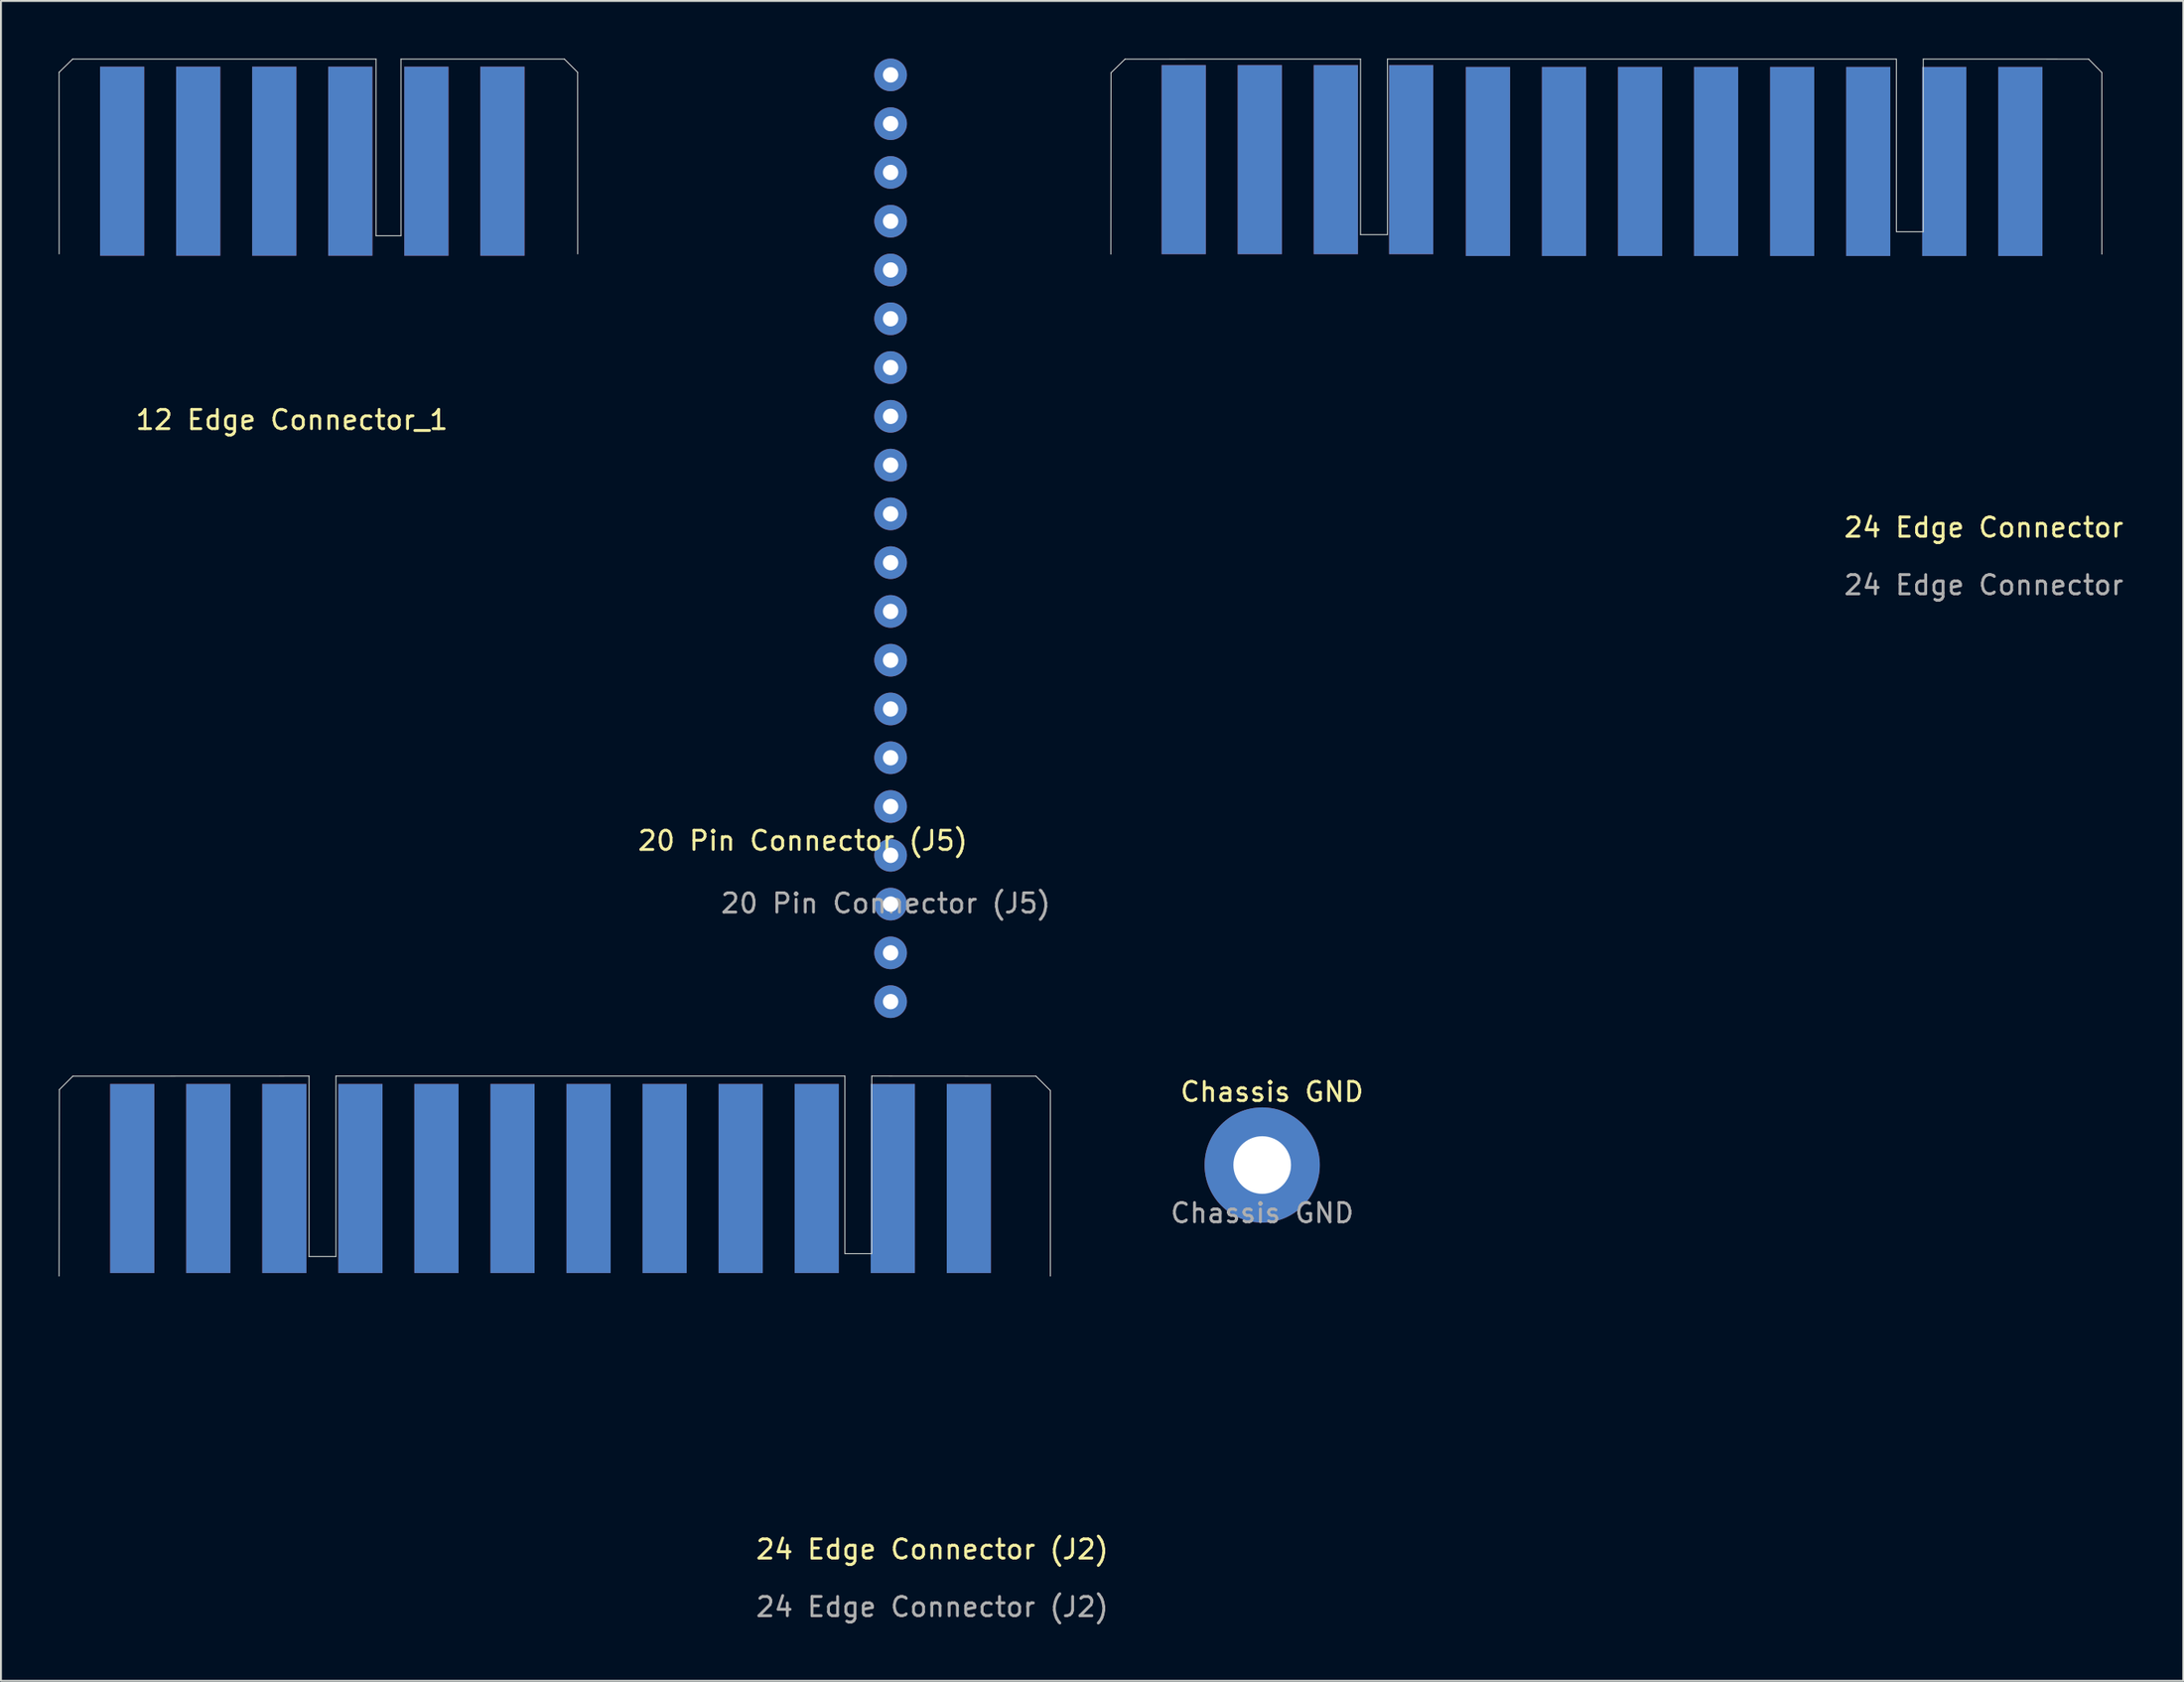
<source format=kicad_pcb>
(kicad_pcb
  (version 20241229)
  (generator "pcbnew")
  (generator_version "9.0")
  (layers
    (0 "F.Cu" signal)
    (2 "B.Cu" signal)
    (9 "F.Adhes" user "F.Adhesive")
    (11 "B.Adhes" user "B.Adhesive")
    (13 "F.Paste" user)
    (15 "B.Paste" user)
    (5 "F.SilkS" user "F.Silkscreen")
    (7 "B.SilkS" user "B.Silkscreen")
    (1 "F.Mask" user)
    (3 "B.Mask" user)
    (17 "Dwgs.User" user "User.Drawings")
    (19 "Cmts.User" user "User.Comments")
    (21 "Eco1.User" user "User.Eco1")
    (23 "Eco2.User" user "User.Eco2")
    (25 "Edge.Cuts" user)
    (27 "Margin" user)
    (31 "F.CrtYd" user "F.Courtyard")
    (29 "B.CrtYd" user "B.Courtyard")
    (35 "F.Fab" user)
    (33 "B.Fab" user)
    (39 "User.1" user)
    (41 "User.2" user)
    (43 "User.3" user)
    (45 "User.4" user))
  (footprint "Chassis GND"
    (layer "F.Cu")
    (at 62.67 57.618)
    (property "Reference" "Chassis GND" (at 0.508 -3.81 0) (unlocked yes) (layer "F.SilkS") (effects (font (size 1 1) (thickness 0.15))))
    (attr smd)
    (fp_text user "${REFERENCE}" (at 0 2.5 0) (unlocked yes) (layer "F.Fab") (effects (font (size 1 1) (thickness 0.15))))
    (pad "1" thru_hole circle (at 0 0) (size 6 6) (drill 3) (layers "*.Cu" "*.Mask")))
  (footprint "12 Edge Connector_1"
    (layer "F.Cu")
    (at 12.145 19.315)
    (property "Reference" "12 Edge Connector_1" (at 0 -0.5 0) (unlocked yes) (layer "F.SilkS") (effects (font (size 1 1) (thickness 0.15))))
    (attr smd)
    (fp_line (start -12.116 -9.144) (end -12.12 -18.6) (stroke (width 0.05) (type default)) (layer "Edge.Cuts"))
    (fp_line (start -11.41 -19.29) (end -12.12 -18.6) (stroke (width 0.05) (type default)) (layer "Edge.Cuts"))
    (fp_line (start 4.384 -19.29) (end -11.41 -19.29) (stroke (width 0.05) (type default)) (layer "Edge.Cuts"))
    (fp_line (start 4.384 -10.089) (end 4.384 -19.29) (stroke (width 0.05) (type default)) (layer "Edge.Cuts"))
    (fp_line (start 4.384 -10.089) (end 5.684 -10.089) (stroke (width 0.05) (type default)) (layer "Edge.Cuts"))
    (fp_line (start 5.684 -10.089) (end 5.684 -19.29) (stroke (width 0.05) (type default)) (layer "Edge.Cuts"))
    (fp_line (start 14.19 -19.29) (end 5.684 -19.29) (stroke (width 0.05) (type default)) (layer "Edge.Cuts"))
    (fp_line (start 14.19 -19.29) (end 14.88 -18.6) (stroke (width 0.05) (type default)) (layer "Edge.Cuts"))
    (fp_line (start 14.884 -9.144) (end 14.88 -18.6) (stroke (width 0.05) (type default)) (layer "Edge.Cuts"))
    (pad "1" connect rect (at 10.966 -13.97 180) (size 2.3 9.842) (layers "F.Cu" "F.Mask"))
    (pad "2" connect rect (at 7.006 -13.97 180) (size 2.3 9.842) (layers "F.Cu" "F.Mask"))
    (pad "3" connect rect (at 3.046 -13.97 180) (size 2.3 9.842) (layers "F.Cu" "F.Mask"))
    (pad "4" connect rect (at -0.914 -13.97 180) (size 2.3 9.842) (layers "F.Cu" "F.Mask"))
    (pad "5" connect rect (at -4.874 -13.97 180) (size 2.3 9.842) (layers "F.Cu" "F.Mask"))
    (pad "6" connect rect (at -8.834 -13.97 180) (size 2.3 9.842) (layers "F.Cu" "F.Mask"))
    (pad "A" connect rect (at 10.966 -13.97 180) (size 2.3 9.842) (layers "B.Cu" "B.Mask"))
    (pad "B" connect rect (at 7.006 -13.97 180) (size 2.3 9.842) (layers "B.Cu" "B.Mask"))
    (pad "C" connect rect (at 3.046 -13.97 180) (size 2.3 9.842) (layers "B.Cu" "B.Mask"))
    (pad "D" connect rect (at -0.914 -13.97 180) (size 2.3 9.842) (layers "B.Cu" "B.Mask"))
    (pad "E" connect rect (at -4.874 -13.97 180) (size 2.3 9.842) (layers "B.Cu" "B.Mask"))
    (pad "F" connect rect (at -8.834 -13.97 180) (size 2.3 9.842) (layers "B.Cu" "B.Mask")))
  (footprint "20 Pin Connector (J5)"
    (layer "F.Cu")
    (at 43.068 41.49)
    (property "Reference" "20 Pin Connector (J5)" (at -4.318 -0.762 0) (unlocked yes) (layer "F.SilkS") (effects (font (size 1 1) (thickness 0.15))))
    (attr smd)
    (fp_text user "${REFERENCE}" (at 0 2.5 0) (unlocked yes) (layer "F.Fab") (effects (font (size 1 1) (thickness 0.15))))
    (pad "1" thru_hole circle (at 0.254 -20.32 90) (size 1.7 1.7) (drill 0.8) (layers "*.Cu" "*.Mask"))
    (pad "2" thru_hole circle (at 0.254 -17.78 90) (size 1.7 1.7) (drill 0.8) (layers "*.Cu" "*.Mask"))
    (pad "3" thru_hole circle (at 0.254 -15.24 90) (size 1.7 1.7) (drill 0.8) (layers "*.Cu" "*.Mask"))
    (pad "4" thru_hole circle (at 0.254 -12.7 90) (size 1.7 1.7) (drill 0.8) (layers "*.Cu" "*.Mask"))
    (pad "5" thru_hole circle (at 0.254 -10.16 90) (size 1.7 1.7) (drill 0.8) (layers "*.Cu" "*.Mask"))
    (pad "6" thru_hole circle (at 0.254 -7.62 90) (size 1.7 1.7) (drill 0.8) (layers "*.Cu" "*.Mask"))
    (pad "7" thru_hole circle (at 0.254 -5.08 90) (size 1.7 1.7) (drill 0.8) (layers "*.Cu" "*.Mask"))
    (pad "8" thru_hole circle (at 0.254 -2.54 90) (size 1.7 1.7) (drill 0.8) (layers "*.Cu" "*.Mask"))
    (pad "9" thru_hole circle (at 0.254 0 90) (size 1.7 1.7) (drill 0.8) (layers "*.Cu" "*.Mask"))
    (pad "10" thru_hole circle (at 0.254 2.54 90) (size 1.7 1.7) (drill 0.8) (layers "*.Cu" "*.Mask"))
    (pad "11" thru_hole circle (at 0.254 5.08 90) (size 1.7 1.7) (drill 0.8) (layers "*.Cu" "*.Mask"))
    (pad "12" thru_hole circle (at 0.254 7.62 90) (size 1.7 1.7) (drill 0.8) (layers "*.Cu" "*.Mask"))
    (pad "A" thru_hole circle (at 0.254 -40.64 90) (size 1.7 1.7) (drill 0.8) (layers "*.Cu" "*.Mask"))
    (pad "B" thru_hole circle (at 0.254 -38.1 90) (size 1.7 1.7) (drill 0.8) (layers "*.Cu" "*.Mask"))
    (pad "C" thru_hole circle (at 0.254 -35.56 90) (size 1.7 1.7) (drill 0.8) (layers "*.Cu" "*.Mask"))
    (pad "D" thru_hole circle (at 0.254 -33.02 90) (size 1.7 1.7) (drill 0.8) (layers "*.Cu" "*.Mask"))
    (pad "E" thru_hole circle (at 0.254 -30.48 90) (size 1.7 1.7) (drill 0.8) (layers "*.Cu" "*.Mask"))
    (pad "F" thru_hole circle (at 0.254 -27.94 90) (size 1.7 1.7) (drill 0.8) (layers "*.Cu" "*.Mask"))
    (pad "H" thru_hole circle (at 0.254 -25.4 90) (size 1.7 1.7) (drill 0.8) (layers "*.Cu" "*.Mask"))
    (pad "J" thru_hole circle (at 0.254 -22.86 90) (size 1.7 1.7) (drill 0.8) (layers "*.Cu" "*.Mask")))
  (footprint "24 Edge Connector (J2)"
    (layer "F.Cu")
    (at 45.491 78.131)
    (property "Reference" "24 Edge Connector (J2)" (at 0 -0.5 0) (unlocked yes) (layer "F.SilkS") (effects (font (size 1 1) (thickness 0.15))))
    (attr smd)
    (fp_line (start -45.45 -24.44) (end -45.466 -14.732) (stroke (width 0.05) (type default)) (layer "Edge.Cuts"))
    (fp_line (start -44.75 -25.14) (end -45.45 -24.44) (stroke (width 0.05) (type default)) (layer "Edge.Cuts"))
    (fp_line (start -32.45 -25.146) (end -44.75 -25.14) (stroke (width 0.05) (type default)) (layer "Edge.Cuts"))
    (fp_line (start -32.45 -15.748) (end -32.45 -25.146) (stroke (width 0.05) (type default)) (layer "Edge.Cuts"))
    (fp_line (start -31.05 -25.146) (end -31.05 -15.748) (stroke (width 0.05) (type default)) (layer "Edge.Cuts"))
    (fp_line (start -31.05 -15.748) (end -32.45 -15.748) (stroke (width 0.05) (type default)) (layer "Edge.Cuts"))
    (fp_line (start -4.55 -25.146) (end -31.05 -25.146) (stroke (width 0.05) (type default)) (layer "Edge.Cuts"))
    (fp_line (start -4.55 -15.9) (end -4.55 -25.146) (stroke (width 0.05) (type default)) (layer "Edge.Cuts"))
    (fp_line (start -3.15 -15.9) (end -4.55 -15.9) (stroke (width 0.05) (type default)) (layer "Edge.Cuts"))
    (fp_line (start -3.15 -15.9) (end -3.15 -25.146) (stroke (width 0.05) (type default)) (layer "Edge.Cuts"))
    (fp_line (start 5.4 -25.14) (end -3.15 -25.146) (stroke (width 0.05) (type default)) (layer "Edge.Cuts"))
    (fp_line (start 5.4 -25.14) (end 6.15 -24.39) (stroke (width 0.05) (type default)) (layer "Edge.Cuts"))
    (fp_line (start 6.15 -14.732) (end 6.15 -24.39) (stroke (width 0.05) (type default)) (layer "Edge.Cuts"))
    (fp_text user "${REFERENCE}" (at 0 2.5 0) (unlocked yes) (layer "F.Fab") (effects (font (size 1 1) (thickness 0.15))))
    (pad "1" connect rect (at 1.904 -19.812 180) (size 2.3 9.842) (layers "F.Cu" "F.Mask"))
    (pad "2" connect rect (at -2.056 -19.812 180) (size 2.3 9.842) (layers "F.Cu" "F.Mask"))
    (pad "3" connect rect (at -6.016 -19.812 180) (size 2.3 9.842) (layers "F.Cu" "F.Mask"))
    (pad "4" connect rect (at -9.976 -19.812 180) (size 2.3 9.842) (layers "F.Cu" "F.Mask"))
    (pad "5" connect rect (at -13.936 -19.812 180) (size 2.3 9.842) (layers "F.Cu" "F.Mask"))
    (pad "6" connect rect (at -17.896 -19.812 180) (size 2.3 9.842) (layers "F.Cu" "F.Mask"))
    (pad "7" connect rect (at -21.856 -19.812 180) (size 2.3 9.842) (layers "F.Cu" "F.Mask"))
    (pad "8" connect rect (at -25.816 -19.812 180) (size 2.3 9.842) (layers "F.Cu" "F.Mask"))
    (pad "9" connect rect (at -29.776 -19.812 180) (size 2.3 9.842) (layers "F.Cu" "F.Mask"))
    (pad "10" connect rect (at -33.736 -19.812 180) (size 2.3 9.842) (layers "F.Cu" "F.Mask"))
    (pad "11" connect rect (at -37.696 -19.812 180) (size 2.3 9.842) (layers "F.Cu" "F.Mask"))
    (pad "12" connect rect (at -41.656 -19.812 180) (size 2.3 9.842) (layers "F.Cu" "F.Mask"))
    (pad "A" connect rect (at 1.904 -19.812 180) (size 2.3 9.842) (layers "B.Cu" "B.Mask"))
    (pad "B" connect rect (at -2.056 -19.812 180) (size 2.3 9.842) (layers "B.Cu" "B.Mask"))
    (pad "C" connect rect (at -6.016 -19.812 180) (size 2.3 9.842) (layers "B.Cu" "B.Mask"))
    (pad "D" connect rect (at -9.976 -19.812 180) (size 2.3 9.842) (layers "B.Cu" "B.Mask"))
    (pad "E" connect rect (at -13.936 -19.812 180) (size 2.3 9.842) (layers "B.Cu" "B.Mask"))
    (pad "F" connect rect (at -17.896 -19.812 180) (size 2.3 9.842) (layers "B.Cu" "B.Mask"))
    (pad "H" connect rect (at -21.856 -19.812 180) (size 2.3 9.842) (layers "B.Cu" "B.Mask"))
    (pad "J" connect rect (at -25.816 -19.812 180) (size 2.3 9.842) (layers "B.Cu" "B.Mask"))
    (pad "K" connect rect (at -29.776 -19.812 180) (size 2.3 9.842) (layers "B.Cu" "B.Mask"))
    (pad "L" connect rect (at -33.736 -19.812 180) (size 2.3 9.842) (layers "B.Cu" "B.Mask"))
    (pad "M" connect rect (at -37.696 -19.812 180) (size 2.3 9.842) (layers "B.Cu" "B.Mask"))
    (pad "N" connect rect (at -41.656 -19.812 180) (size 2.3 9.842) (layers "B.Cu" "B.Mask")))
  (footprint "24 Edge Connector"
    (layer "F.Cu")
    (at 100.24 24.917)
    (property "Reference" "24 Edge Connector" (at 0 -0.5 0) (unlocked yes) (layer "F.SilkS") (effects (font (size 1 1) (thickness 0.15))))
    (attr smd)
    (fp_line (start -45.44 -24.18) (end -45.45 -14.732) (stroke (width 0.05) (type default)) (layer "Edge.Cuts"))
    (fp_line (start -44.71 -24.89) (end -45.44 -24.18) (stroke (width 0.05) (type default)) (layer "Edge.Cuts"))
    (fp_line (start -32.45 -24.892) (end -44.71 -24.89) (stroke (width 0.05) (type default)) (layer "Edge.Cuts"))
    (fp_line (start -32.45 -15.748) (end -32.45 -24.892) (stroke (width 0.05) (type default)) (layer "Edge.Cuts"))
    (fp_line (start -31.05 -24.892) (end -31.05 -15.748) (stroke (width 0.05) (type default)) (layer "Edge.Cuts"))
    (fp_line (start -31.05 -15.748) (end -32.45 -15.748) (stroke (width 0.05) (type default)) (layer "Edge.Cuts"))
    (fp_line (start -4.55 -24.892) (end -31.05 -24.892) (stroke (width 0.05) (type default)) (layer "Edge.Cuts"))
    (fp_line (start -4.55 -15.9) (end -4.55 -24.892) (stroke (width 0.05) (type default)) (layer "Edge.Cuts"))
    (fp_line (start -3.15 -15.9) (end -4.55 -15.9) (stroke (width 0.05) (type default)) (layer "Edge.Cuts"))
    (fp_line (start -3.15 -15.9) (end -3.15 -24.892) (stroke (width 0.05) (type default)) (layer "Edge.Cuts"))
    (fp_line (start 5.46 -24.89) (end -3.15 -24.892) (stroke (width 0.05) (type default)) (layer "Edge.Cuts"))
    (fp_line (start 5.46 -24.89) (end 6.15 -24.19) (stroke (width 0.05) (type default)) (layer "Edge.Cuts"))
    (fp_line (start 6.15 -14.732) (end 6.15 -24.19) (stroke (width 0.05) (type default)) (layer "Edge.Cuts"))
    (fp_text user "${REFERENCE}" (at 0 2.5 0) (unlocked yes) (layer "F.Fab") (effects (font (size 1 1) (thickness 0.15))))
    (pad "1" connect rect (at 1.904 -19.558 180) (size 2.3 9.842) (layers "F.Cu" "F.Mask"))
    (pad "2" connect rect (at -2.056 -19.558 180) (size 2.3 9.842) (layers "F.Cu" "F.Mask"))
    (pad "3" connect rect (at -6.016 -19.558 180) (size 2.3 9.842) (layers "F.Cu" "F.Mask"))
    (pad "4" connect rect (at -9.976 -19.558 180) (size 2.3 9.842) (layers "F.Cu" "F.Mask"))
    (pad "5" connect rect (at -13.936 -19.558 180) (size 2.3 9.842) (layers "F.Cu" "F.Mask"))
    (pad "6" connect rect (at -17.896 -19.558 180) (size 2.3 9.842) (layers "F.Cu" "F.Mask"))
    (pad "7" connect rect (at -21.856 -19.558 180) (size 2.3 9.842) (layers "F.Cu" "F.Mask"))
    (pad "8" connect rect (at -25.816 -19.558 180) (size 2.3 9.842) (layers "F.Cu" "F.Mask"))
    (pad "9" connect rect (at -29.814 -19.653 180) (size 2.3 9.842) (layers "F.Cu" "F.Mask"))
    (pad "10" connect rect (at -33.736 -19.653 180) (size 2.3 9.842) (layers "F.Cu" "F.Mask"))
    (pad "11" connect rect (at -37.696 -19.653 180) (size 2.3 9.842) (layers "F.Cu" "F.Mask"))
    (pad "12" connect rect (at -41.656 -19.653 180) (size 2.3 9.842) (layers "F.Cu" "F.Mask"))
    (pad "A" connect rect (at 1.904 -19.558 180) (size 2.3 9.842) (layers "B.Cu" "B.Mask"))
    (pad "B" connect rect (at -2.056 -19.558 180) (size 2.3 9.842) (layers "B.Cu" "B.Mask"))
    (pad "C" connect rect (at -6.016 -19.558 180) (size 2.3 9.842) (layers "B.Cu" "B.Mask"))
    (pad "D" connect rect (at -9.976 -19.558 180) (size 2.3 9.842) (layers "B.Cu" "B.Mask"))
    (pad "E" connect rect (at -13.936 -19.558 180) (size 2.3 9.842) (layers "B.Cu" "B.Mask"))
    (pad "F" connect rect (at -17.896 -19.558 180) (size 2.3 9.842) (layers "B.Cu" "B.Mask"))
    (pad "H" connect rect (at -21.856 -19.558 180) (size 2.3 9.842) (layers "B.Cu" "B.Mask"))
    (pad "J" connect rect (at -25.816 -19.558 180) (size 2.3 9.842) (layers "B.Cu" "B.Mask"))
    (pad "K" connect rect (at -29.814 -19.653 180) (size 2.3 9.842) (layers "B.Cu" "B.Mask"))
    (pad "L" connect rect (at -33.736 -19.653 180) (size 2.3 9.842) (layers "B.Cu" "B.Mask"))
    (pad "M" connect rect (at -37.696 -19.653 180) (size 2.3 9.842) (layers "B.Cu" "B.Mask"))
    (pad "N" connect rect (at -41.656 -19.653 180) (size 2.3 9.842) (layers "B.Cu" "B.Mask")))
  (gr_rect
    (start -3 -3)
    (end 110.627 84.479)
    (stroke (width 0.1) (type default))
    (fill no)
    (layer "Edge.Cuts")))
</source>
